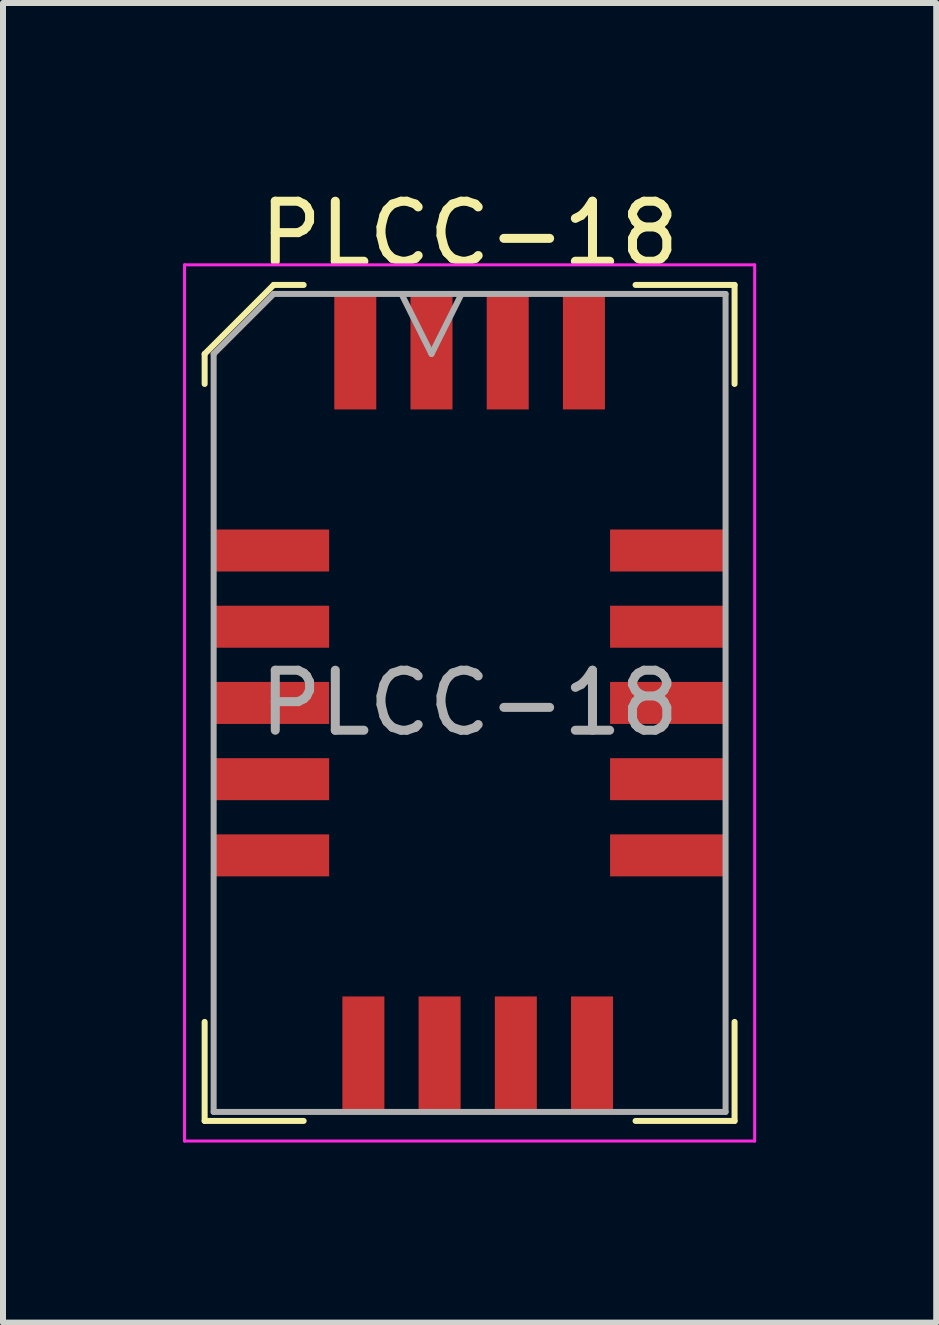
<source format=kicad_pcb>
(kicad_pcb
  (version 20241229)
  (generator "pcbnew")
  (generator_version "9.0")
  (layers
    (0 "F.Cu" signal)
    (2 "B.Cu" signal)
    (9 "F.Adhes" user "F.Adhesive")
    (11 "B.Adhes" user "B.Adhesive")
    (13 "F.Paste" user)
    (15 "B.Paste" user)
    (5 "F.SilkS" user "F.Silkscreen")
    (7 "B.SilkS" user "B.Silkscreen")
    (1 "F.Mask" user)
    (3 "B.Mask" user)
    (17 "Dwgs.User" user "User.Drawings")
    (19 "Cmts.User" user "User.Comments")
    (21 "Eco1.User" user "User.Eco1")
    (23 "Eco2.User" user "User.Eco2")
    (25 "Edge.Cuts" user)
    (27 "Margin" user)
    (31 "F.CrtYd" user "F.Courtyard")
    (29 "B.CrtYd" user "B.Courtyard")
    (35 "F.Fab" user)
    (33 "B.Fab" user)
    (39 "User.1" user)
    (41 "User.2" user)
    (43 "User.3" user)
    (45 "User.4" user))
  (footprint "PLCC-18"
    (layer "F.Cu")
    (at 4.775 8.663)
    (property "Reference" "PLCC-18" (at 0 -7.815 0) (layer "F.SilkS") (effects (font (size 1 1) (thickness 0.15))))
    (attr smd)
    (fp_line (start -4.415 -5.815) (end -4.415 -5.315) (stroke (width 0.1) (type solid)) (layer "F.SilkS"))
    (fp_line (start -4.415 6.965) (end -4.415 5.315) (stroke (width 0.1) (type solid)) (layer "F.SilkS"))
    (fp_line (start -3.265 -6.965) (end -4.415 -5.815) (stroke (width 0.1) (type solid)) (layer "F.SilkS"))
    (fp_line (start -2.765 -6.965) (end -3.265 -6.965) (stroke (width 0.1) (type solid)) (layer "F.SilkS"))
    (fp_line (start -2.765 6.965) (end -4.415 6.965) (stroke (width 0.1) (type solid)) (layer "F.SilkS"))
    (fp_line (start 2.765 -6.965) (end 4.415 -6.965) (stroke (width 0.1) (type solid)) (layer "F.SilkS"))
    (fp_line (start 2.765 6.965) (end 4.415 6.965) (stroke (width 0.1) (type solid)) (layer "F.SilkS"))
    (fp_line (start 4.415 -6.965) (end 4.415 -5.315) (stroke (width 0.1) (type solid)) (layer "F.SilkS"))
    (fp_line (start 4.415 6.965) (end 4.415 5.315) (stroke (width 0.1) (type solid)) (layer "F.SilkS"))
    (fp_line (start -4.75 -7.3) (end -4.75 7.3) (stroke (width 0.05) (type solid)) (layer "F.CrtYd"))
    (fp_line (start -4.75 7.3) (end 4.75 7.3) (stroke (width 0.05) (type solid)) (layer "F.CrtYd"))
    (fp_line (start 4.75 -7.3) (end -4.75 -7.3) (stroke (width 0.05) (type solid)) (layer "F.CrtYd"))
    (fp_line (start 4.75 7.3) (end 4.75 -7.3) (stroke (width 0.05) (type solid)) (layer "F.CrtYd"))
    (fp_line (start -4.265 -5.815) (end -4.265 6.815) (stroke (width 0.1) (type solid)) (layer "F.Fab"))
    (fp_line (start -4.265 6.815) (end 4.265 6.815) (stroke (width 0.1) (type solid)) (layer "F.Fab"))
    (fp_line (start -3.265 -6.815) (end -4.265 -5.815) (stroke (width 0.1) (type solid)) (layer "F.Fab"))
    (fp_line (start -1.135 -6.815) (end -0.635 -5.815) (stroke (width 0.1) (type solid)) (layer "F.Fab"))
    (fp_line (start -0.635 -5.815) (end -0.135 -6.815) (stroke (width 0.1) (type solid)) (layer "F.Fab"))
    (fp_line (start 4.265 -6.815) (end -3.265 -6.815) (stroke (width 0.1) (type solid)) (layer "F.Fab"))
    (fp_line (start 4.265 6.815) (end 4.265 -6.815) (stroke (width 0.1) (type solid)) (layer "F.Fab"))
    (fp_text user "${REFERENCE}" (at 0 0 0) (layer "F.Fab") (effects (font (size 1 1) (thickness 0.15))))
    (pad "1" smd rect (at -0.635 -5.853) (size 0.7 1.925) (layers "F.Cu" "F.Mask" "F.Paste"))
    (pad "2" smd rect (at -1.905 -5.853) (size 0.7 1.925) (layers "F.Cu" "F.Mask" "F.Paste"))
    (pad "3" smd rect (at -3.303 -2.54) (size 1.925 0.7) (layers "F.Cu" "F.Mask" "F.Paste"))
    (pad "4" smd rect (at -3.303 -1.27) (size 1.925 0.7) (layers "F.Cu" "F.Mask" "F.Paste"))
    (pad "5" smd rect (at -3.303 0) (size 1.925 0.7) (layers "F.Cu" "F.Mask" "F.Paste"))
    (pad "6" smd rect (at -3.303 1.27) (size 1.925 0.7) (layers "F.Cu" "F.Mask" "F.Paste"))
    (pad "7" smd rect (at -3.303 2.54) (size 1.925 0.7) (layers "F.Cu" "F.Mask" "F.Paste"))
    (pad "8" smd rect (at -1.77 5.853) (size 0.7 1.925) (layers "F.Cu" "F.Mask" "F.Paste"))
    (pad "9" smd rect (at -0.5 5.853) (size 0.7 1.925) (layers "F.Cu" "F.Mask" "F.Paste"))
    (pad "10" smd rect (at 0.77 5.853) (size 0.7 1.925) (layers "F.Cu" "F.Mask" "F.Paste"))
    (pad "11" smd rect (at 2.04 5.853) (size 0.7 1.925) (layers "F.Cu" "F.Mask" "F.Paste"))
    (pad "12" smd rect (at 3.303 2.54) (size 1.925 0.7) (layers "F.Cu" "F.Mask" "F.Paste"))
    (pad "13" smd rect (at 3.303 1.27) (size 1.925 0.7) (layers "F.Cu" "F.Mask" "F.Paste"))
    (pad "14" smd rect (at 3.303 0) (size 1.925 0.7) (layers "F.Cu" "F.Mask" "F.Paste"))
    (pad "15" smd rect (at 3.303 -1.27) (size 1.925 0.7) (layers "F.Cu" "F.Mask" "F.Paste"))
    (pad "16" smd rect (at 3.303 -2.54) (size 1.925 0.7) (layers "F.Cu" "F.Mask" "F.Paste"))
    (pad "17" smd rect (at 1.905 -5.853) (size 0.7 1.925) (layers "F.Cu" "F.Mask" "F.Paste"))
    (pad "18" smd rect (at 0.635 -5.853) (size 0.7 1.925) (layers "F.Cu" "F.Mask" "F.Paste")))
  (gr_rect
    (start -3 -3)
    (end 12.55 18.988)
    (stroke (width 0.1) (type default))
    (fill no)
    (layer "Edge.Cuts")))
</source>
